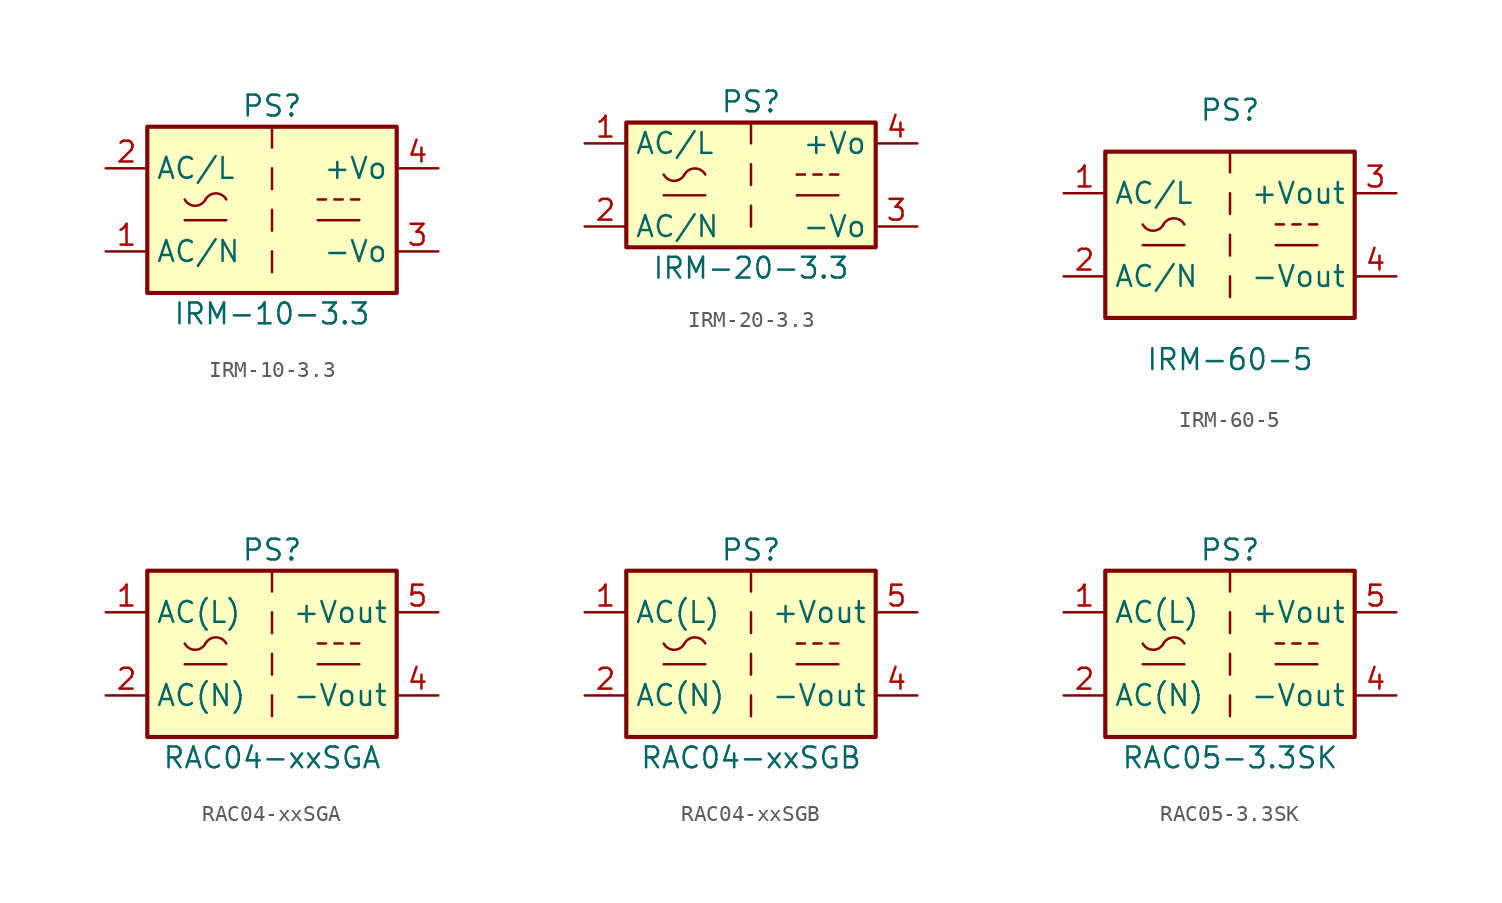
<source format=kicad_sym>
(kicad_symbol_lib
  (version 20241209)
  (generator "kicad_symbol_editor")
  (generator_version "9.0")
  (symbol "IRM-10-3.3"
    (property "Reference" "PS"
      (at 0 6.35 0)
      (effects (font (size 1.27 1.27))))
    (property "Value" "IRM-10-3.3"
      (at 0 -6.35 0)
      (effects (font (size 1.27 1.27))))
    (symbol "IRM-10-3.3_0_1"
      (rectangle (start -7.62 5.08) (end 7.62 -5.08) (stroke (width 0.254) (type default)) (fill (type background)))
      (polyline (pts (xy -5.334 -0.635) (xy -2.794 -0.635)) (stroke (width 0) (type default)) (fill (type none)))
      (arc (start -4.064 0.635) (mid -4.699 0.2495) (end -5.334 0.635) (stroke (width 0) (type default)) (fill (type none)))
      (arc (start -4.064 0.635) (mid -3.429 1.0072) (end -2.794 0.635) (stroke (width 0) (type default)) (fill (type none)))
      (polyline (pts (xy 0 5.08) (xy 0 3.81)) (stroke (width 0) (type default)) (fill (type none)))
      (polyline (pts (xy 0 2.54) (xy 0 1.27)) (stroke (width 0) (type default)) (fill (type none)))
      (polyline (pts (xy 0 0) (xy 0 -1.27)) (stroke (width 0) (type default)) (fill (type none)))
      (polyline (pts (xy 0 -2.54) (xy 0 -3.81)) (stroke (width 0) (type default)) (fill (type none)))
      (polyline (pts (xy 2.794 0.635) (xy 3.302 0.635)) (stroke (width 0) (type default)) (fill (type none)))
      (polyline (pts (xy 2.794 -0.635) (xy 5.334 -0.635)) (stroke (width 0) (type default)) (fill (type none)))
      (polyline (pts (xy 3.81 0.635) (xy 4.318 0.635)) (stroke (width 0) (type default)) (fill (type none)))
      (polyline (pts (xy 4.826 0.635) (xy 5.334 0.635)) (stroke (width 0) (type default)) (fill (type none))))
    (symbol "IRM-10-3.3_1_1"
      (pin power_in line (at -10.16 2.54 0) (length 2.54) (name "AC/L" (effects (font (size 1.27 1.27)))) (number "2" (effects (font (size 1.27 1.27)))))
      (pin power_in line (at -10.16 -2.54 0) (length 2.54) (name "AC/N" (effects (font (size 1.27 1.27)))) (number "1" (effects (font (size 1.27 1.27)))))
      (pin power_out line (at 10.16 2.54 180) (length 2.54) (name "+Vo" (effects (font (size 1.27 1.27)))) (number "4" (effects (font (size 1.27 1.27)))))
      (pin power_out line (at 10.16 -2.54 180) (length 2.54) (name "-Vo" (effects (font (size 1.27 1.27)))) (number "3" (effects (font (size 1.27 1.27)))))))
  (symbol "IRM-20-3.3"
    (property "Reference" "PS"
      (at 0 5.08 0)
      (effects (font (size 1.27 1.27))))
    (property "Value" "IRM-20-3.3"
      (at 0 -5.08 0)
      (effects (font (size 1.27 1.27))))
    (symbol "IRM-20-3.3_0_1"
      (rectangle (start -7.62 3.81) (end 7.62 -3.81) (stroke (width 0.254) (type default)) (fill (type background)))
      (polyline (pts (xy -5.334 -0.635) (xy -2.794 -0.635)) (stroke (width 0) (type default)) (fill (type none)))
      (arc (start -4.064 0.635) (mid -4.699 0.2495) (end -5.334 0.635) (stroke (width 0) (type default)) (fill (type none)))
      (arc (start -4.064 0.635) (mid -3.429 1.0072) (end -2.794 0.635) (stroke (width 0) (type default)) (fill (type none)))
      (polyline (pts (xy 0 3.81) (xy 0 2.54)) (stroke (width 0) (type default)) (fill (type none)))
      (polyline (pts (xy 0 1.27) (xy 0 0)) (stroke (width 0) (type default)) (fill (type none)))
      (polyline (pts (xy 0 -1.27) (xy 0 -2.54)) (stroke (width 0) (type default)) (fill (type none)))
      (polyline (pts (xy 2.794 0.635) (xy 3.302 0.635)) (stroke (width 0) (type default)) (fill (type none)))
      (polyline (pts (xy 2.794 -0.635) (xy 5.334 -0.635)) (stroke (width 0) (type default)) (fill (type none)))
      (polyline (pts (xy 3.81 0.635) (xy 4.318 0.635)) (stroke (width 0) (type default)) (fill (type none)))
      (polyline (pts (xy 4.826 0.635) (xy 5.334 0.635)) (stroke (width 0) (type default)) (fill (type none))))
    (symbol "IRM-20-3.3_1_1"
      (pin power_in line (at -10.16 2.54 0) (length 2.54) (name "AC/L" (effects (font (size 1.27 1.27)))) (number "1" (effects (font (size 1.27 1.27)))))
      (pin power_in line (at -10.16 -2.54 0) (length 2.54) (name "AC/N" (effects (font (size 1.27 1.27)))) (number "2" (effects (font (size 1.27 1.27)))))
      (pin power_out line (at 10.16 2.54 180) (length 2.54) (name "+Vo" (effects (font (size 1.27 1.27)))) (number "4" (effects (font (size 1.27 1.27)))))
      (pin power_out line (at 10.16 -2.54 180) (length 2.54) (name "-Vo" (effects (font (size 1.27 1.27)))) (number "3" (effects (font (size 1.27 1.27)))))))
  (symbol "IRM-60-5"
    (property "Reference" "PS"
      (at 0 7.62 0)
      (effects (font (size 1.27 1.27))))
    (property "Value" "IRM-60-5"
      (at 0 -7.62 0)
      (effects (font (size 1.27 1.27))))
    (symbol "IRM-60-5_1_1"
      (rectangle (start -7.62 5.08) (end 7.62 -5.08) (stroke (width 0.254) (type default)) (fill (type background)))
      (polyline (pts (xy -5.334 -0.635) (xy -2.794 -0.635)) (stroke (width 0) (type default)) (fill (type none)))
      (arc (start -4.064 0.635) (mid -4.699 0.2495) (end -5.334 0.635) (stroke (width 0) (type default)) (fill (type none)))
      (arc (start -4.064 0.635) (mid -3.429 1.0072) (end -2.794 0.635) (stroke (width 0) (type default)) (fill (type none)))
      (polyline (pts (xy 0 5.08) (xy 0 3.81)) (stroke (width 0) (type default)) (fill (type none)))
      (polyline (pts (xy 0 2.54) (xy 0 1.27)) (stroke (width 0) (type default)) (fill (type none)))
      (polyline (pts (xy 0 0) (xy 0 -1.27)) (stroke (width 0) (type default)) (fill (type none)))
      (polyline (pts (xy 0 -2.54) (xy 0 -3.81)) (stroke (width 0) (type default)) (fill (type none)))
      (polyline (pts (xy 2.794 0.635) (xy 3.302 0.635)) (stroke (width 0) (type default)) (fill (type none)))
      (polyline (pts (xy 2.794 -0.635) (xy 5.334 -0.635)) (stroke (width 0) (type default)) (fill (type none)))
      (polyline (pts (xy 3.81 0.635) (xy 4.318 0.635)) (stroke (width 0) (type default)) (fill (type none)))
      (polyline (pts (xy 4.826 0.635) (xy 5.334 0.635)) (stroke (width 0) (type default)) (fill (type none)))
      (pin power_in line (at -10.16 2.54 0) (length 2.54) (name "AC/L" (effects (font (size 1.27 1.27)))) (number "1" (effects (font (size 1.27 1.27)))))
      (pin power_in line (at -10.16 -2.54 0) (length 2.54) (name "AC/N" (effects (font (size 1.27 1.27)))) (number "2" (effects (font (size 1.27 1.27)))))
      (pin power_out line (at 10.16 2.54 180) (length 2.54) (name "+Vout" (effects (font (size 1.27 1.27)))) (number "3" (effects (font (size 1.27 1.27)))))
      (pin power_out line (at 10.16 -2.54 180) (length 2.54) (name "-Vout" (effects (font (size 1.27 1.27)))) (number "4" (effects (font (size 1.27 1.27)))))))
  (symbol "RAC04-xxSGA"
    (property "Reference" "PS"
      (at 0 6.35 0)
      (effects (font (size 1.27 1.27))))
    (property "Value" "RAC04-xxSGA"
      (at 0 -6.35 0)
      (effects (font (size 1.27 1.27))))
    (symbol "RAC04-xxSGA_1_1"
      (rectangle (start -7.62 5.08) (end 7.62 -5.08) (stroke (width 0.254) (type default)) (fill (type background)))
      (polyline (pts (xy -5.334 -0.635) (xy -2.794 -0.635)) (stroke (width 0) (type default)) (fill (type none)))
      (arc (start -4.064 0.635) (mid -4.699 0.2495) (end -5.334 0.635) (stroke (width 0) (type default)) (fill (type none)))
      (arc (start -4.064 0.635) (mid -3.429 1.0072) (end -2.794 0.635) (stroke (width 0) (type default)) (fill (type none)))
      (polyline (pts (xy 0 5.08) (xy 0 3.81)) (stroke (width 0) (type default)) (fill (type none)))
      (polyline (pts (xy 0 2.54) (xy 0 1.27)) (stroke (width 0) (type default)) (fill (type none)))
      (polyline (pts (xy 0 0) (xy 0 -1.27)) (stroke (width 0) (type default)) (fill (type none)))
      (polyline (pts (xy 0 -2.54) (xy 0 -3.81)) (stroke (width 0) (type default)) (fill (type none)))
      (polyline (pts (xy 2.794 0.635) (xy 3.302 0.635)) (stroke (width 0) (type default)) (fill (type none)))
      (polyline (pts (xy 2.794 -0.635) (xy 5.334 -0.635)) (stroke (width 0) (type default)) (fill (type none)))
      (polyline (pts (xy 3.81 0.635) (xy 4.318 0.635)) (stroke (width 0) (type default)) (fill (type none)))
      (polyline (pts (xy 4.826 0.635) (xy 5.334 0.635)) (stroke (width 0) (type default)) (fill (type none)))
      (pin power_in line (at -10.16 2.54 0) (length 2.54) (name "AC(L)" (effects (font (size 1.27 1.27)))) (number "1" (effects (font (size 1.27 1.27)))))
      (pin power_in line (at -10.16 -2.54 0) (length 2.54) (name "AC(N)" (effects (font (size 1.27 1.27)))) (number "2" (effects (font (size 1.27 1.27)))))
      (pin no_connect line (at 7.62 0 180) (length 2.54) (hide yes) (name "NC" (effects (font (size 1.27 1.27)))) (number "3" (effects (font (size 1.27 1.27)))))
      (pin power_out line (at 10.16 2.54 180) (length 2.54) (name "+Vout" (effects (font (size 1.27 1.27)))) (number "5" (effects (font (size 1.27 1.27)))))
      (pin power_out line (at 10.16 -2.54 180) (length 2.54) (name "-Vout" (effects (font (size 1.27 1.27)))) (number "4" (effects (font (size 1.27 1.27)))))))
  (symbol "RAC04-xxSGB"
    (property "Reference" "PS"
      (at 0 6.35 0)
      (effects (font (size 1.27 1.27))))
    (property "Value" "RAC04-xxSGB"
      (at 0 -6.35 0)
      (effects (font (size 1.27 1.27))))
    (symbol "RAC04-xxSGB_1_1"
      (rectangle (start -7.62 5.08) (end 7.62 -5.08) (stroke (width 0.254) (type default)) (fill (type background)))
      (polyline (pts (xy -5.334 -0.635) (xy -2.794 -0.635)) (stroke (width 0) (type default)) (fill (type none)))
      (arc (start -4.064 0.635) (mid -4.699 0.2495) (end -5.334 0.635) (stroke (width 0) (type default)) (fill (type none)))
      (arc (start -4.064 0.635) (mid -3.429 1.0072) (end -2.794 0.635) (stroke (width 0) (type default)) (fill (type none)))
      (polyline (pts (xy 0 5.08) (xy 0 3.81)) (stroke (width 0) (type default)) (fill (type none)))
      (polyline (pts (xy 0 2.54) (xy 0 1.27)) (stroke (width 0) (type default)) (fill (type none)))
      (polyline (pts (xy 0 0) (xy 0 -1.27)) (stroke (width 0) (type default)) (fill (type none)))
      (polyline (pts (xy 0 -2.54) (xy 0 -3.81)) (stroke (width 0) (type default)) (fill (type none)))
      (polyline (pts (xy 2.794 0.635) (xy 3.302 0.635)) (stroke (width 0) (type default)) (fill (type none)))
      (polyline (pts (xy 2.794 -0.635) (xy 5.334 -0.635)) (stroke (width 0) (type default)) (fill (type none)))
      (polyline (pts (xy 3.81 0.635) (xy 4.318 0.635)) (stroke (width 0) (type default)) (fill (type none)))
      (polyline (pts (xy 4.826 0.635) (xy 5.334 0.635)) (stroke (width 0) (type default)) (fill (type none)))
      (pin power_in line (at -10.16 2.54 0) (length 2.54) (name "AC(L)" (effects (font (size 1.27 1.27)))) (number "1" (effects (font (size 1.27 1.27)))))
      (pin power_in line (at -10.16 -2.54 0) (length 2.54) (name "AC(N)" (effects (font (size 1.27 1.27)))) (number "2" (effects (font (size 1.27 1.27)))))
      (pin no_connect line (at 7.62 0 180) (length 2.54) (hide yes) (name "NC" (effects (font (size 1.27 1.27)))) (number "3" (effects (font (size 1.27 1.27)))))
      (pin power_out line (at 10.16 2.54 180) (length 2.54) (name "+Vout" (effects (font (size 1.27 1.27)))) (number "5" (effects (font (size 1.27 1.27)))))
      (pin power_out line (at 10.16 -2.54 180) (length 2.54) (name "-Vout" (effects (font (size 1.27 1.27)))) (number "4" (effects (font (size 1.27 1.27)))))))
  (symbol "RAC05-3.3SK"
    (property "Reference" "PS"
      (at 0 6.35 0)
      (effects (font (size 1.27 1.27))))
    (property "Value" "RAC05-3.3SK"
      (at 0 -6.35 0)
      (effects (font (size 1.27 1.27))))
    (symbol "RAC05-3.3SK_1_1"
      (rectangle (start -7.62 5.08) (end 7.62 -5.08) (stroke (width 0.254) (type default)) (fill (type background)))
      (polyline (pts (xy -5.334 -0.635) (xy -2.794 -0.635)) (stroke (width 0) (type default)) (fill (type none)))
      (arc (start -4.064 0.635) (mid -4.699 0.2495) (end -5.334 0.635) (stroke (width 0) (type default)) (fill (type none)))
      (arc (start -4.064 0.635) (mid -3.429 1.0072) (end -2.794 0.635) (stroke (width 0) (type default)) (fill (type none)))
      (polyline (pts (xy 0 5.08) (xy 0 3.81)) (stroke (width 0) (type default)) (fill (type none)))
      (polyline (pts (xy 0 2.54) (xy 0 1.27)) (stroke (width 0) (type default)) (fill (type none)))
      (polyline (pts (xy 0 0) (xy 0 -1.27)) (stroke (width 0) (type default)) (fill (type none)))
      (polyline (pts (xy 0 -2.54) (xy 0 -3.81)) (stroke (width 0) (type default)) (fill (type none)))
      (polyline (pts (xy 2.794 0.635) (xy 3.302 0.635)) (stroke (width 0) (type default)) (fill (type none)))
      (polyline (pts (xy 2.794 -0.635) (xy 5.334 -0.635)) (stroke (width 0) (type default)) (fill (type none)))
      (polyline (pts (xy 3.81 0.635) (xy 4.318 0.635)) (stroke (width 0) (type default)) (fill (type none)))
      (polyline (pts (xy 4.826 0.635) (xy 5.334 0.635)) (stroke (width 0) (type default)) (fill (type none)))
      (pin power_in line (at -10.16 2.54 0) (length 2.54) (name "AC(L)" (effects (font (size 1.27 1.27)))) (number "1" (effects (font (size 1.27 1.27)))))
      (pin power_in line (at -10.16 -2.54 0) (length 2.54) (name "AC(N)" (effects (font (size 1.27 1.27)))) (number "2" (effects (font (size 1.27 1.27)))))
      (pin no_connect line (at 7.62 0 180) (length 2.54) (hide yes) (name "NC" (effects (font (size 1.27 1.27)))) (number "3" (effects (font (size 1.27 1.27)))))
      (pin power_out line (at 10.16 2.54 180) (length 2.54) (name "+Vout" (effects (font (size 1.27 1.27)))) (number "5" (effects (font (size 1.27 1.27)))))
      (pin power_out line (at 10.16 -2.54 180) (length 2.54) (name "-Vout" (effects (font (size 1.27 1.27)))) (number "4" (effects (font (size 1.27 1.27))))))))
</source>
